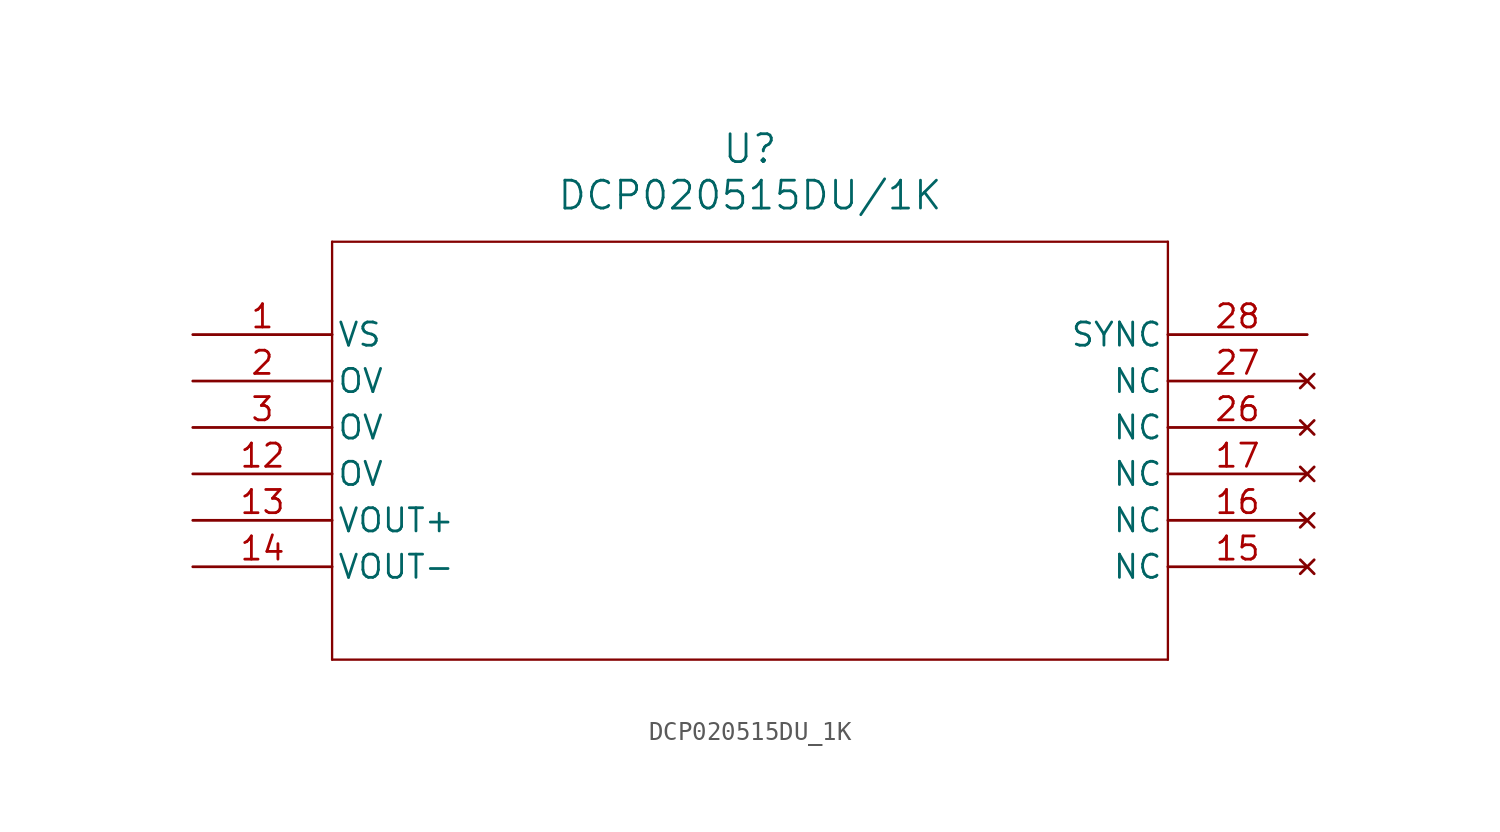
<source format=kicad_sym>
(kicad_symbol_lib
  (version 20211014)
  (generator kicad_symbol_editor)
  (symbol "DCP020515DU_1K"
    (pin_names
      (offset 0.254))
    (property "Reference" "U"
      (at 30.48 10.16 0)
      (effects (font (size 1.524 1.524))))
    (property "Value" "DCP020515DU/1K"
      (at 30.48 7.62 0)
      (effects (font (size 1.524 1.524))))
    (symbol "DCP020515DU_1K_0_1"
      (polyline (pts (xy 7.62 5.08) (xy 7.62 -17.78)) (stroke (width 0.127) (type default) (color 0 0 0 0)) (fill (type none)))
      (polyline (pts (xy 7.62 -17.78) (xy 53.34 -17.78)) (stroke (width 0.127) (type default) (color 0 0 0 0)) (fill (type none)))
      (polyline (pts (xy 53.34 -17.78) (xy 53.34 5.08)) (stroke (width 0.127) (type default) (color 0 0 0 0)) (fill (type none)))
      (polyline (pts (xy 53.34 5.08) (xy 7.62 5.08)) (stroke (width 0.127) (type default) (color 0 0 0 0)) (fill (type none)))
      (pin input line (at 0 0 0) (length 7.62) (name "VS" (effects (font (size 1.27 1.27)))) (number "1" (effects (font (size 1.27 1.27)))))
      (pin input line (at 0 -2.54 0) (length 7.62) (name "OV" (effects (font (size 1.27 1.27)))) (number "2" (effects (font (size 1.27 1.27)))))
      (pin input line (at 0 -5.08 0) (length 7.62) (name "OV" (effects (font (size 1.27 1.27)))) (number "3" (effects (font (size 1.27 1.27)))))
      (pin output line (at 0 -7.62 0) (length 7.62) (name "OV" (effects (font (size 1.27 1.27)))) (number "12" (effects (font (size 1.27 1.27)))))
      (pin output line (at 0 -10.16 0) (length 7.62) (name "VOUT+" (effects (font (size 1.27 1.27)))) (number "13" (effects (font (size 1.27 1.27)))))
      (pin output line (at 0 -12.7 0) (length 7.62) (name "VOUT-" (effects (font (size 1.27 1.27)))) (number "14" (effects (font (size 1.27 1.27)))))
      (pin no_connect line (at 60.96 -12.7 180) (length 7.62) (name "NC" (effects (font (size 1.27 1.27)))) (number "15" (effects (font (size 1.27 1.27)))))
      (pin no_connect line (at 60.96 -10.16 180) (length 7.62) (name "NC" (effects (font (size 1.27 1.27)))) (number "16" (effects (font (size 1.27 1.27)))))
      (pin no_connect line (at 60.96 -7.62 180) (length 7.62) (name "NC" (effects (font (size 1.27 1.27)))) (number "17" (effects (font (size 1.27 1.27)))))
      (pin no_connect line (at 60.96 -5.08 180) (length 7.62) (name "NC" (effects (font (size 1.27 1.27)))) (number "26" (effects (font (size 1.27 1.27)))))
      (pin no_connect line (at 60.96 -2.54 180) (length 7.62) (name "NC" (effects (font (size 1.27 1.27)))) (number "27" (effects (font (size 1.27 1.27)))))
      (pin unspecified line (at 60.96 0 180) (length 7.62) (name "SYNC" (effects (font (size 1.27 1.27)))) (number "28" (effects (font (size 1.27 1.27))))))))
</source>
